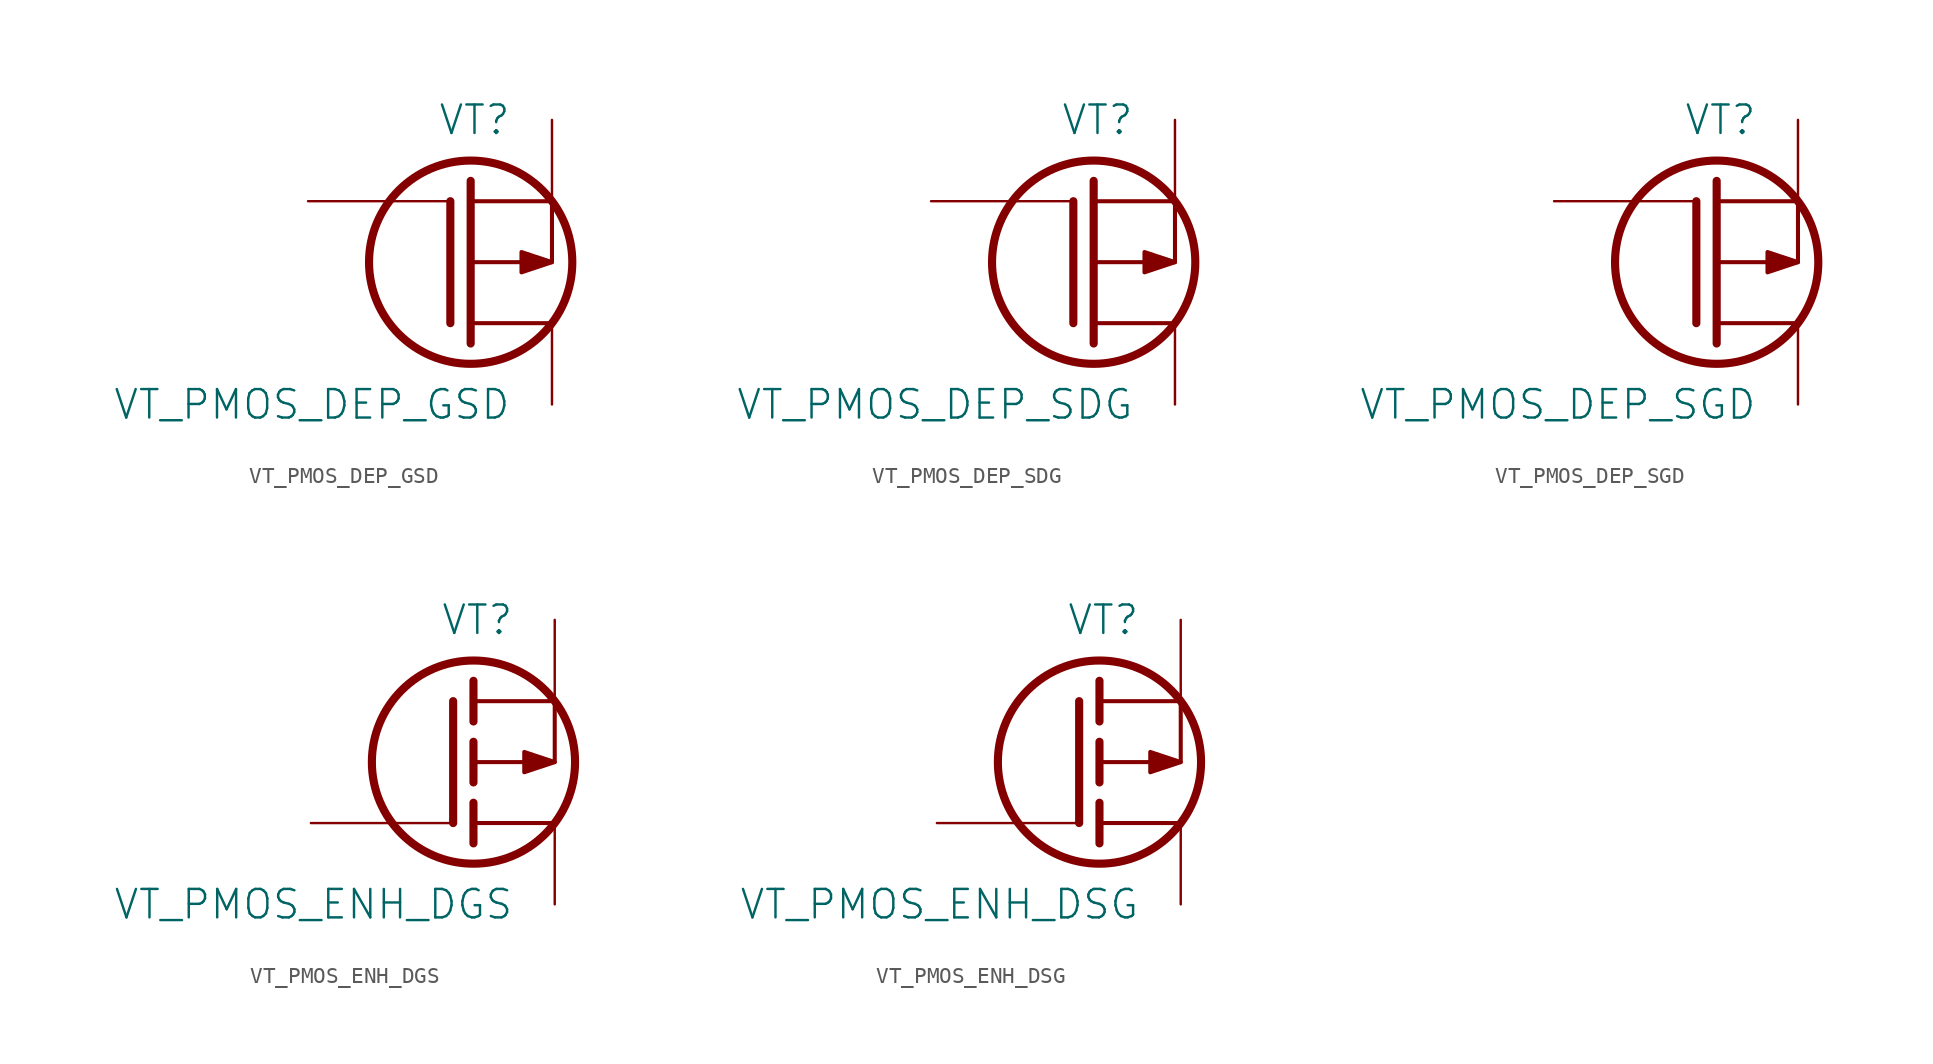
<source format=kicad_sym>
(kicad_symbol_lib
  (version 20211014)
  (generator kicad_symbol_editor)
  (symbol "VT_PMOS_DEP_GSD"
    (pin_names
      (offset 0))
    (property "Reference" "VT"
      (at 2.54 8.89 0)
      (effects (font (size 1.778 1.778)) (justify right)))
    (property "Value" "VT_PMOS_DEP_GSD"
      (at 2.54 -8.89 0)
      (effects (font (size 1.778 1.778)) (justify right)))
    (symbol "VT_PMOS_DEP_GSD_0_1"
      (polyline (pts (xy -10.16 3.81) (xy -1.27 3.81)) (stroke (width 0) (type default) (color 0 0 0 0)) (fill (type none)))
      (polyline (pts (xy -1.27 3.81) (xy -1.27 -3.81)) (stroke (width 0.508) (type default) (color 0 0 0 0)) (fill (type none)))
      (polyline (pts (xy 0 -3.81) (xy 5.08 -3.81)) (stroke (width 0.254) (type default) (color 0 0 0 0)) (fill (type none)))
      (polyline (pts (xy 0 3.81) (xy 5.08 3.81)) (stroke (width 0.254) (type default) (color 0 0 0 0)) (fill (type none)))
      (polyline (pts (xy 0 5.08) (xy 0 -5.08)) (stroke (width 0.508) (type default) (color 0 0 0 0)) (fill (type none)))
      (polyline (pts (xy 5.08 -3.81) (xy 5.08 -8.89)) (stroke (width 0) (type default) (color 0 0 0 0)) (fill (type none)))
      (polyline (pts (xy 5.08 3.81) (xy 5.08 8.89)) (stroke (width 0) (type default) (color 0 0 0 0)) (fill (type none)))
      (polyline (pts (xy 0 0) (xy 5.08 0) (xy 5.08 3.81)) (stroke (width 0.254) (type default) (color 0 0 0 0)) (fill (type none)))
      (polyline (pts (xy 3.175 -0.635) (xy 5.08 0) (xy 3.175 0.635) (xy 3.175 -0.635)) (stroke (width 0.254) (type default) (color 0 0 0 0)) (fill (type outline)))
      (circle (center 0 0) (radius 6.35) (stroke (width 0.508) (type default) (color 0 0 0 0)) (fill (type none))))
    (symbol "VT_PMOS_DEP_GSD_1_1"
      (pin passive line (at -10.16 3.81 0) (length 2.54) hide (name "G" (effects (font (size 1.27 1.27)))) (number "1" (effects (font (size 1.27 1.27)))))
      (pin passive line (at 5.08 8.89 270) (length 2.54) hide (name "S" (effects (font (size 1.27 1.27)))) (number "2" (effects (font (size 1.27 1.27)))))
      (pin passive line (at 5.08 -8.89 90) (length 2.54) hide (name "D" (effects (font (size 1.27 1.27)))) (number "3" (effects (font (size 1.27 1.27)))))))
  (symbol "VT_PMOS_DEP_SDG"
    (pin_names
      (offset 0))
    (property "Reference" "VT"
      (at 2.54 8.89 0)
      (effects (font (size 1.778 1.778)) (justify right)))
    (property "Value" "VT_PMOS_DEP_SDG"
      (at 2.54 -8.89 0)
      (effects (font (size 1.778 1.778)) (justify right)))
    (symbol "VT_PMOS_DEP_SDG_0_1"
      (polyline (pts (xy -10.16 3.81) (xy -1.27 3.81)) (stroke (width 0) (type default) (color 0 0 0 0)) (fill (type none)))
      (polyline (pts (xy -1.27 3.81) (xy -1.27 -3.81)) (stroke (width 0.508) (type default) (color 0 0 0 0)) (fill (type none)))
      (polyline (pts (xy 0 -3.81) (xy 5.08 -3.81)) (stroke (width 0.254) (type default) (color 0 0 0 0)) (fill (type none)))
      (polyline (pts (xy 0 3.81) (xy 5.08 3.81)) (stroke (width 0.254) (type default) (color 0 0 0 0)) (fill (type none)))
      (polyline (pts (xy 5.08 -3.81) (xy 5.08 -8.89)) (stroke (width 0) (type default) (color 0 0 0 0)) (fill (type none)))
      (polyline (pts (xy 5.08 3.81) (xy 5.08 8.89)) (stroke (width 0) (type default) (color 0 0 0 0)) (fill (type none)))
      (polyline (pts (xy 0 0) (xy 5.08 0) (xy 5.08 3.81)) (stroke (width 0.254) (type default) (color 0 0 0 0)) (fill (type none)))
      (polyline (pts (xy 3.175 -0.635) (xy 5.08 0) (xy 3.175 0.635) (xy 3.175 -0.635)) (stroke (width 0.254) (type default) (color 0 0 0 0)) (fill (type outline)))
      (circle (center 0 0) (radius 6.35) (stroke (width 0.508) (type default) (color 0 0 0 0)) (fill (type none))))
    (symbol "VT_PMOS_DEP_SDG_1_1"
      (polyline (pts (xy 0 5.08) (xy 0 -5.08)) (stroke (width 0.508) (type default) (color 0 0 0 0)) (fill (type none)))
      (pin passive line (at 5.08 8.89 270) (length 2.54) hide (name "S" (effects (font (size 1.27 1.27)))) (number "1" (effects (font (size 1.27 1.27)))))
      (pin passive line (at 5.08 -8.89 90) (length 2.54) hide (name "D" (effects (font (size 1.27 1.27)))) (number "2" (effects (font (size 1.27 1.27)))))
      (pin passive line (at -10.16 3.81 0) (length 2.54) hide (name "G" (effects (font (size 1.27 1.27)))) (number "3" (effects (font (size 1.27 1.27)))))))
  (symbol "VT_PMOS_DEP_SGD"
    (pin_names
      (offset 0))
    (property "Reference" "VT"
      (at 2.54 8.89 0)
      (effects (font (size 1.778 1.778)) (justify right)))
    (property "Value" "VT_PMOS_DEP_SGD"
      (at 2.54 -8.89 0)
      (effects (font (size 1.778 1.778)) (justify right)))
    (symbol "VT_PMOS_DEP_SGD_0_1"
      (polyline (pts (xy -10.16 3.81) (xy -1.27 3.81)) (stroke (width 0) (type default) (color 0 0 0 0)) (fill (type none)))
      (polyline (pts (xy -1.27 3.81) (xy -1.27 -3.81)) (stroke (width 0.508) (type default) (color 0 0 0 0)) (fill (type none)))
      (polyline (pts (xy 0 -3.81) (xy 5.08 -3.81)) (stroke (width 0.254) (type default) (color 0 0 0 0)) (fill (type none)))
      (polyline (pts (xy 0 3.81) (xy 5.08 3.81)) (stroke (width 0.254) (type default) (color 0 0 0 0)) (fill (type none)))
      (polyline (pts (xy 0 5.08) (xy 0 -5.08)) (stroke (width 0.508) (type default) (color 0 0 0 0)) (fill (type none)))
      (polyline (pts (xy 5.08 -3.81) (xy 5.08 -8.89)) (stroke (width 0) (type default) (color 0 0 0 0)) (fill (type none)))
      (polyline (pts (xy 5.08 3.81) (xy 5.08 8.89)) (stroke (width 0) (type default) (color 0 0 0 0)) (fill (type none)))
      (polyline (pts (xy 0 0) (xy 5.08 0) (xy 5.08 3.81)) (stroke (width 0.254) (type default) (color 0 0 0 0)) (fill (type none)))
      (polyline (pts (xy 3.175 -0.635) (xy 5.08 0) (xy 3.175 0.635) (xy 3.175 -0.635)) (stroke (width 0.254) (type default) (color 0 0 0 0)) (fill (type outline)))
      (circle (center 0 0) (radius 6.35) (stroke (width 0.508) (type default) (color 0 0 0 0)) (fill (type none))))
    (symbol "VT_PMOS_DEP_SGD_1_1"
      (pin passive line (at 5.08 8.89 270) (length 2.54) hide (name "S" (effects (font (size 1.27 1.27)))) (number "1" (effects (font (size 1.27 1.27)))))
      (pin passive line (at -10.16 3.81 0) (length 2.54) hide (name "G" (effects (font (size 1.27 1.27)))) (number "2" (effects (font (size 1.27 1.27)))))
      (pin passive line (at 5.08 -8.89 90) (length 2.54) hide (name "D" (effects (font (size 1.27 1.27)))) (number "3" (effects (font (size 1.27 1.27)))))))
  (symbol "VT_PMOS_ENH_DGS"
    (pin_names
      (offset 0))
    (property "Reference" "VT"
      (at 2.54 8.89 0)
      (effects (font (size 1.778 1.778)) (justify right)))
    (property "Value" "VT_PMOS_ENH_DGS"
      (at 2.54 -8.89 0)
      (effects (font (size 1.778 1.778)) (justify right)))
    (symbol "VT_PMOS_ENH_DGS_0_1"
      (polyline (pts (xy -10.16 -3.81) (xy -1.27 -3.81)) (stroke (width 0) (type default) (color 0 0 0 0)) (fill (type none)))
      (polyline (pts (xy -1.27 -3.81) (xy -1.27 3.81)) (stroke (width 0.508) (type default) (color 0 0 0 0)) (fill (type none)))
      (polyline (pts (xy 0 -3.81) (xy 5.08 -3.81)) (stroke (width 0.254) (type default) (color 0 0 0 0)) (fill (type none)))
      (polyline (pts (xy 0 -2.54) (xy 0 -5.08)) (stroke (width 0.508) (type default) (color 0 0 0 0)) (fill (type none)))
      (polyline (pts (xy 0 1.27) (xy 0 -1.27)) (stroke (width 0.508) (type default) (color 0 0 0 0)) (fill (type none)))
      (polyline (pts (xy 0 3.81) (xy 5.08 3.81)) (stroke (width 0.254) (type default) (color 0 0 0 0)) (fill (type none)))
      (polyline (pts (xy 0 5.08) (xy 0 2.54)) (stroke (width 0.508) (type default) (color 0 0 0 0)) (fill (type none)))
      (polyline (pts (xy 5.08 -3.81) (xy 5.08 -8.89)) (stroke (width 0) (type default) (color 0 0 0 0)) (fill (type none)))
      (polyline (pts (xy 5.08 3.81) (xy 5.08 8.89)) (stroke (width 0) (type default) (color 0 0 0 0)) (fill (type none)))
      (polyline (pts (xy 0 0) (xy 5.08 0) (xy 5.08 3.81)) (stroke (width 0.254) (type default) (color 0 0 0 0)) (fill (type none)))
      (polyline (pts (xy 3.175 -0.635) (xy 5.08 0) (xy 3.175 0.635) (xy 3.175 -0.635)) (stroke (width 0.254) (type default) (color 0 0 0 0)) (fill (type outline)))
      (circle (center 0 0) (radius 6.35) (stroke (width 0.508) (type default) (color 0 0 0 0)) (fill (type none))))
    (symbol "VT_PMOS_ENH_DGS_1_1"
      (pin passive line (at 5.08 -8.89 90) (length 2.54) hide (name "D" (effects (font (size 1.27 1.27)))) (number "1" (effects (font (size 1.27 1.27)))))
      (pin passive line (at -10.16 -3.81 0) (length 2.54) hide (name "G" (effects (font (size 1.27 1.27)))) (number "2" (effects (font (size 1.27 1.27)))))
      (pin passive line (at 5.08 8.89 270) (length 2.54) hide (name "S" (effects (font (size 1.27 1.27)))) (number "3" (effects (font (size 1.27 1.27)))))))
  (symbol "VT_PMOS_ENH_DSG"
    (pin_names
      (offset 0))
    (property "Reference" "VT"
      (at 2.54 8.89 0)
      (effects (font (size 1.778 1.778)) (justify right)))
    (property "Value" "VT_PMOS_ENH_DSG"
      (at 2.54 -8.89 0)
      (effects (font (size 1.778 1.778)) (justify right)))
    (symbol "VT_PMOS_ENH_DSG_0_1"
      (polyline (pts (xy -10.16 -3.81) (xy -1.27 -3.81)) (stroke (width 0) (type default) (color 0 0 0 0)) (fill (type none)))
      (polyline (pts (xy -1.27 -3.81) (xy -1.27 3.81)) (stroke (width 0.508) (type default) (color 0 0 0 0)) (fill (type none)))
      (polyline (pts (xy 0 -3.81) (xy 5.08 -3.81)) (stroke (width 0.254) (type default) (color 0 0 0 0)) (fill (type none)))
      (polyline (pts (xy 0 -2.54) (xy 0 -5.08)) (stroke (width 0.508) (type default) (color 0 0 0 0)) (fill (type none)))
      (polyline (pts (xy 0 1.27) (xy 0 -1.27)) (stroke (width 0.508) (type default) (color 0 0 0 0)) (fill (type none)))
      (polyline (pts (xy 0 3.81) (xy 5.08 3.81)) (stroke (width 0.254) (type default) (color 0 0 0 0)) (fill (type none)))
      (polyline (pts (xy 0 5.08) (xy 0 2.54)) (stroke (width 0.508) (type default) (color 0 0 0 0)) (fill (type none)))
      (polyline (pts (xy 5.08 -3.81) (xy 5.08 -8.89)) (stroke (width 0) (type default) (color 0 0 0 0)) (fill (type none)))
      (polyline (pts (xy 5.08 3.81) (xy 5.08 8.89)) (stroke (width 0) (type default) (color 0 0 0 0)) (fill (type none)))
      (polyline (pts (xy 0 0) (xy 5.08 0) (xy 5.08 3.81)) (stroke (width 0.254) (type default) (color 0 0 0 0)) (fill (type none)))
      (polyline (pts (xy 3.175 -0.635) (xy 5.08 0) (xy 3.175 0.635) (xy 3.175 -0.635)) (stroke (width 0.254) (type default) (color 0 0 0 0)) (fill (type outline)))
      (circle (center 0 0) (radius 6.35) (stroke (width 0.508) (type default) (color 0 0 0 0)) (fill (type none))))
    (symbol "VT_PMOS_ENH_DSG_1_1"
      (pin passive line (at 5.08 -8.89 90) (length 2.54) hide (name "D" (effects (font (size 1.27 1.27)))) (number "1" (effects (font (size 1.27 1.27)))))
      (pin passive line (at 5.08 8.89 270) (length 2.54) hide (name "S" (effects (font (size 1.27 1.27)))) (number "2" (effects (font (size 1.27 1.27)))))
      (pin passive line (at -10.16 -3.81 0) (length 2.54) hide (name "G" (effects (font (size 1.27 1.27)))) (number "3" (effects (font (size 1.27 1.27))))))))
</source>
